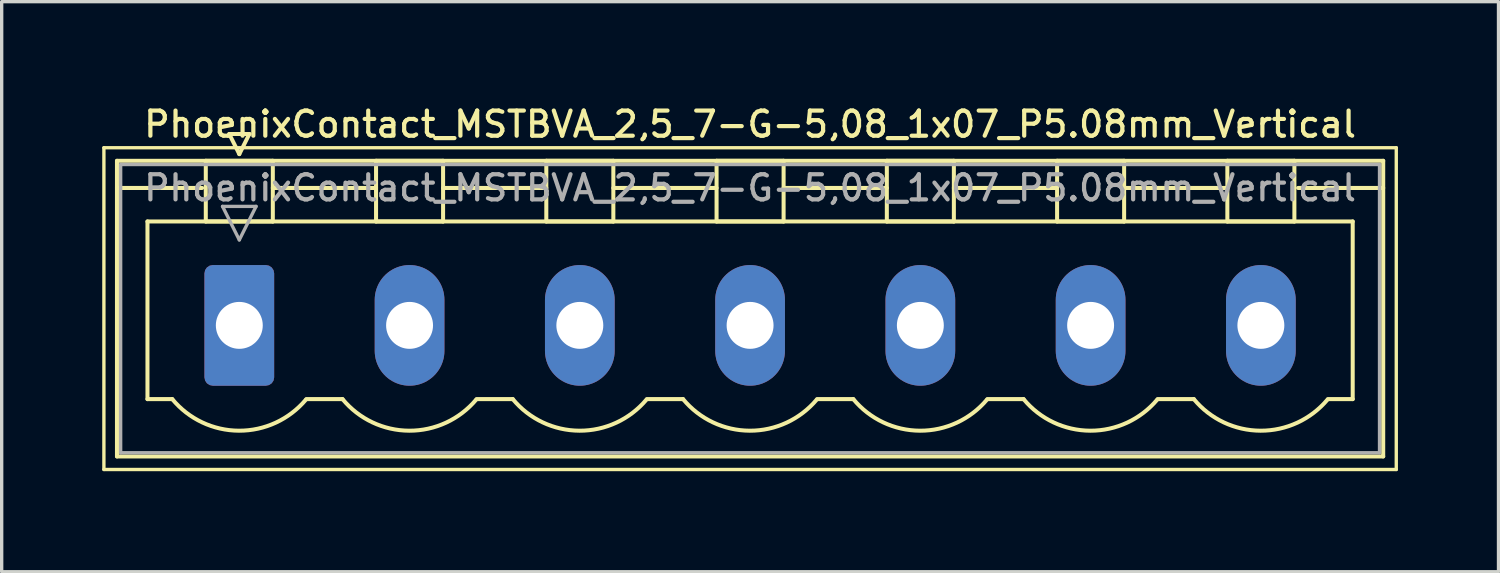
<source format=kicad_pcb>
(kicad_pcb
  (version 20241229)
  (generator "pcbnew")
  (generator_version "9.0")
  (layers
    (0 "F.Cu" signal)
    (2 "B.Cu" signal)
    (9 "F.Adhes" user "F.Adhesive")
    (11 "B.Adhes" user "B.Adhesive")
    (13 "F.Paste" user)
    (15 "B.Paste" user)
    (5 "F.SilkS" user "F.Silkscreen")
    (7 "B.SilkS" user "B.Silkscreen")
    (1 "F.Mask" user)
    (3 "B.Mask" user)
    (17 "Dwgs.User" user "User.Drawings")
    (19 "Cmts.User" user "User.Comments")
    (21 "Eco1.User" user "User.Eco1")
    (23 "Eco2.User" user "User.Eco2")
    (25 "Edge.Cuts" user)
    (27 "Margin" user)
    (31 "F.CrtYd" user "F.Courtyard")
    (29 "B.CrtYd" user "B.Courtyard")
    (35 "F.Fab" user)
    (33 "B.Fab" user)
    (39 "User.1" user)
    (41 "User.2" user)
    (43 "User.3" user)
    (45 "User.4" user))
  (footprint "PhoenixContact_MSTBVA_2,5_7-G-5,08_1x07_P5.08mm_Vertical"
    (layer "F.Cu")
    (at 4.09 6.658)
    (property "Reference" "PhoenixContact_MSTBVA_2,5_7-G-5,08_1x07_P5.08mm_Vertical" (at 15.24 -6 0) (layer "F.SilkS") (effects (font (size 0.75 0.75) (thickness 0.125))))
    (attr through_hole)
    (fp_line (start -4.04 -5.3) (end -4.04 4.3) (stroke (width 0.1) (type solid)) (layer "F.SilkS"))
    (fp_line (start -4.04 4.3) (end 34.52 4.3) (stroke (width 0.1) (type solid)) (layer "F.SilkS"))
    (fp_line (start -3.65 -4.91) (end -3.65 3.91) (stroke (width 0.12) (type solid)) (layer "F.SilkS"))
    (fp_line (start -3.65 -4.1) (end -1.11 -4.1) (stroke (width 0.12) (type solid)) (layer "F.SilkS"))
    (fp_line (start -3.65 3.91) (end 34.13 3.91) (stroke (width 0.12) (type solid)) (layer "F.SilkS"))
    (fp_line (start -2.74 -3.1) (end 33.22 -3.1) (stroke (width 0.12) (type solid)) (layer "F.SilkS"))
    (fp_line (start -2.74 2.2) (end -2.74 -3.1) (stroke (width 0.12) (type solid)) (layer "F.SilkS"))
    (fp_line (start -2 2.2) (end -2.74 2.2) (stroke (width 0.12) (type solid)) (layer "F.SilkS"))
    (fp_line (start -1 -4.91) (end 1 -4.91) (stroke (width 0.12) (type solid)) (layer "F.SilkS"))
    (fp_line (start -1 -3.1) (end -1 -4.91) (stroke (width 0.12) (type solid)) (layer "F.SilkS"))
    (fp_line (start -0.3 -5.71) (end 0.3 -5.71) (stroke (width 0.12) (type solid)) (layer "F.SilkS"))
    (fp_line (start 0 -5.11) (end -0.3 -5.71) (stroke (width 0.12) (type solid)) (layer "F.SilkS"))
    (fp_line (start 0.3 -5.71) (end 0 -5.11) (stroke (width 0.12) (type solid)) (layer "F.SilkS"))
    (fp_line (start 1 -4.91) (end 1 -3.1) (stroke (width 0.12) (type solid)) (layer "F.SilkS"))
    (fp_line (start 1 -4.1) (end 4.08 -4.1) (stroke (width 0.12) (type solid)) (layer "F.SilkS"))
    (fp_line (start 1 -3.1) (end -1 -3.1) (stroke (width 0.12) (type solid)) (layer "F.SilkS"))
    (fp_line (start 2 2.2) (end 3.08 2.2) (stroke (width 0.12) (type solid)) (layer "F.SilkS"))
    (fp_line (start 4.08 -4.91) (end 6.08 -4.91) (stroke (width 0.12) (type solid)) (layer "F.SilkS"))
    (fp_line (start 4.08 -3.1) (end 4.08 -4.91) (stroke (width 0.12) (type solid)) (layer "F.SilkS"))
    (fp_line (start 6.08 -4.91) (end 6.08 -3.1) (stroke (width 0.12) (type solid)) (layer "F.SilkS"))
    (fp_line (start 6.08 -4.1) (end 9.16 -4.1) (stroke (width 0.12) (type solid)) (layer "F.SilkS"))
    (fp_line (start 6.08 -3.1) (end 4.08 -3.1) (stroke (width 0.12) (type solid)) (layer "F.SilkS"))
    (fp_line (start 7.08 2.2) (end 8.16 2.2) (stroke (width 0.12) (type solid)) (layer "F.SilkS"))
    (fp_line (start 9.16 -4.91) (end 11.16 -4.91) (stroke (width 0.12) (type solid)) (layer "F.SilkS"))
    (fp_line (start 9.16 -3.1) (end 9.16 -4.91) (stroke (width 0.12) (type solid)) (layer "F.SilkS"))
    (fp_line (start 11.16 -4.91) (end 11.16 -3.1) (stroke (width 0.12) (type solid)) (layer "F.SilkS"))
    (fp_line (start 11.16 -4.1) (end 14.24 -4.1) (stroke (width 0.12) (type solid)) (layer "F.SilkS"))
    (fp_line (start 11.16 -3.1) (end 9.16 -3.1) (stroke (width 0.12) (type solid)) (layer "F.SilkS"))
    (fp_line (start 12.16 2.2) (end 13.24 2.2) (stroke (width 0.12) (type solid)) (layer "F.SilkS"))
    (fp_line (start 14.24 -4.91) (end 16.24 -4.91) (stroke (width 0.12) (type solid)) (layer "F.SilkS"))
    (fp_line (start 14.24 -3.1) (end 14.24 -4.91) (stroke (width 0.12) (type solid)) (layer "F.SilkS"))
    (fp_line (start 16.24 -4.91) (end 16.24 -3.1) (stroke (width 0.12) (type solid)) (layer "F.SilkS"))
    (fp_line (start 16.24 -4.1) (end 19.32 -4.1) (stroke (width 0.12) (type solid)) (layer "F.SilkS"))
    (fp_line (start 16.24 -3.1) (end 14.24 -3.1) (stroke (width 0.12) (type solid)) (layer "F.SilkS"))
    (fp_line (start 17.24 2.2) (end 18.32 2.2) (stroke (width 0.12) (type solid)) (layer "F.SilkS"))
    (fp_line (start 19.32 -4.91) (end 21.32 -4.91) (stroke (width 0.12) (type solid)) (layer "F.SilkS"))
    (fp_line (start 19.32 -3.1) (end 19.32 -4.91) (stroke (width 0.12) (type solid)) (layer "F.SilkS"))
    (fp_line (start 21.32 -4.91) (end 21.32 -3.1) (stroke (width 0.12) (type solid)) (layer "F.SilkS"))
    (fp_line (start 21.32 -4.1) (end 24.4 -4.1) (stroke (width 0.12) (type solid)) (layer "F.SilkS"))
    (fp_line (start 21.32 -3.1) (end 19.32 -3.1) (stroke (width 0.12) (type solid)) (layer "F.SilkS"))
    (fp_line (start 22.32 2.2) (end 23.4 2.2) (stroke (width 0.12) (type solid)) (layer "F.SilkS"))
    (fp_line (start 24.4 -4.91) (end 26.4 -4.91) (stroke (width 0.12) (type solid)) (layer "F.SilkS"))
    (fp_line (start 24.4 -3.1) (end 24.4 -4.91) (stroke (width 0.12) (type solid)) (layer "F.SilkS"))
    (fp_line (start 26.4 -4.91) (end 26.4 -3.1) (stroke (width 0.12) (type solid)) (layer "F.SilkS"))
    (fp_line (start 26.4 -4.1) (end 29.48 -4.1) (stroke (width 0.12) (type solid)) (layer "F.SilkS"))
    (fp_line (start 26.4 -3.1) (end 24.4 -3.1) (stroke (width 0.12) (type solid)) (layer "F.SilkS"))
    (fp_line (start 27.4 2.2) (end 28.48 2.2) (stroke (width 0.12) (type solid)) (layer "F.SilkS"))
    (fp_line (start 29.48 -4.91) (end 31.48 -4.91) (stroke (width 0.12) (type solid)) (layer "F.SilkS"))
    (fp_line (start 29.48 -3.1) (end 29.48 -4.91) (stroke (width 0.12) (type solid)) (layer "F.SilkS"))
    (fp_line (start 31.48 -4.91) (end 31.48 -3.1) (stroke (width 0.12) (type solid)) (layer "F.SilkS"))
    (fp_line (start 31.48 -3.1) (end 29.48 -3.1) (stroke (width 0.12) (type solid)) (layer "F.SilkS"))
    (fp_line (start 33.22 -3.1) (end 33.22 2.2) (stroke (width 0.12) (type solid)) (layer "F.SilkS"))
    (fp_line (start 33.22 2.2) (end 32.48 2.2) (stroke (width 0.12) (type solid)) (layer "F.SilkS"))
    (fp_line (start 34.13 -4.91) (end -3.65 -4.91) (stroke (width 0.12) (type solid)) (layer "F.SilkS"))
    (fp_line (start 34.13 -4.1) (end 31.59 -4.1) (stroke (width 0.12) (type solid)) (layer "F.SilkS"))
    (fp_line (start 34.13 3.91) (end 34.13 -4.91) (stroke (width 0.12) (type solid)) (layer "F.SilkS"))
    (fp_line (start 34.52 -5.3) (end -4.04 -5.3) (stroke (width 0.1) (type solid)) (layer "F.SilkS"))
    (fp_line (start 34.52 4.3) (end 34.52 -5.3) (stroke (width 0.1) (type solid)) (layer "F.SilkS"))
    (fp_arc (start 1.986842 2.215821) (mid -0.010289 3.142758) (end -2 2.2) (stroke (width 0.12) (type solid)) (layer "F.SilkS"))
    (fp_arc (start 7.066842 2.215821) (mid 5.069711 3.142758) (end 3.08 2.2) (stroke (width 0.12) (type solid)) (layer "F.SilkS"))
    (fp_arc (start 12.146842 2.215821) (mid 10.149711 3.142758) (end 8.16 2.2) (stroke (width 0.12) (type solid)) (layer "F.SilkS"))
    (fp_arc (start 17.226842 2.215821) (mid 15.229711 3.142758) (end 13.24 2.2) (stroke (width 0.12) (type solid)) (layer "F.SilkS"))
    (fp_arc (start 22.306842 2.215821) (mid 20.309711 3.142758) (end 18.32 2.2) (stroke (width 0.12) (type solid)) (layer "F.SilkS"))
    (fp_arc (start 27.386842 2.215821) (mid 25.389711 3.142758) (end 23.4 2.2) (stroke (width 0.12) (type solid)) (layer "F.SilkS"))
    (fp_arc (start 32.466842 2.215821) (mid 30.469711 3.142758) (end 28.48 2.2) (stroke (width 0.12) (type solid)) (layer "F.SilkS"))
    (fp_line (start -3.54 -4.8) (end -3.54 3.8) (stroke (width 0.1) (type solid)) (layer "F.Fab"))
    (fp_line (start -3.54 3.8) (end 34.02 3.8) (stroke (width 0.1) (type solid)) (layer "F.Fab"))
    (fp_line (start -0.5 -3.55) (end 0.5 -3.55) (stroke (width 0.1) (type solid)) (layer "F.Fab"))
    (fp_line (start 0 -2.55) (end -0.5 -3.55) (stroke (width 0.1) (type solid)) (layer "F.Fab"))
    (fp_line (start 0.5 -3.55) (end 0 -2.55) (stroke (width 0.1) (type solid)) (layer "F.Fab"))
    (fp_line (start 34.02 -4.8) (end -3.54 -4.8) (stroke (width 0.1) (type solid)) (layer "F.Fab"))
    (fp_line (start 34.02 3.8) (end 34.02 -4.8) (stroke (width 0.1) (type solid)) (layer "F.Fab"))
    (fp_text user "${REFERENCE}" (at 15.24 -4.1 0) (layer "F.Fab") (effects (font (size 0.75 0.75) (thickness 0.125))))
    (pad "1" thru_hole roundrect (at 0 0) (size 2.08 3.6) (drill 1.4) (layers "*.Cu" "*.Mask") (roundrect_rratio 0.12))
    (pad "2" thru_hole oval (at 5.08 0) (size 2.08 3.6) (drill 1.4) (layers "*.Cu" "*.Mask"))
    (pad "3" thru_hole oval (at 10.16 0) (size 2.08 3.6) (drill 1.4) (layers "*.Cu" "*.Mask"))
    (pad "4" thru_hole oval (at 15.24 0) (size 2.08 3.6) (drill 1.4) (layers "*.Cu" "*.Mask"))
    (pad "5" thru_hole oval (at 20.32 0) (size 2.08 3.6) (drill 1.4) (layers "*.Cu" "*.Mask"))
    (pad "6" thru_hole oval (at 25.4 0) (size 2.08 3.6) (drill 1.4) (layers "*.Cu" "*.Mask"))
    (pad "7" thru_hole oval (at 30.48 0) (size 2.08 3.6) (drill 1.4) (layers "*.Cu" "*.Mask")))
  (gr_rect
    (start -3 -3)
    (end 41.66 14.008)
    (stroke (width 0.1) (type default))
    (fill no)
    (layer "Edge.Cuts")))
</source>
